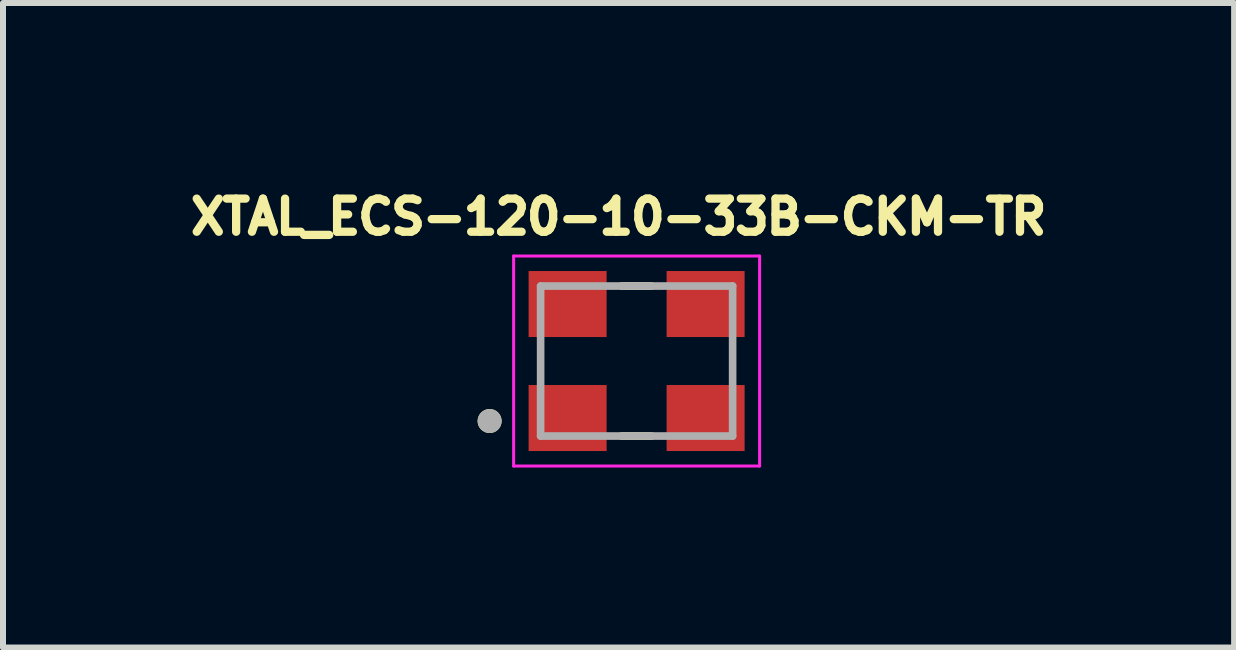
<source format=kicad_pcb>
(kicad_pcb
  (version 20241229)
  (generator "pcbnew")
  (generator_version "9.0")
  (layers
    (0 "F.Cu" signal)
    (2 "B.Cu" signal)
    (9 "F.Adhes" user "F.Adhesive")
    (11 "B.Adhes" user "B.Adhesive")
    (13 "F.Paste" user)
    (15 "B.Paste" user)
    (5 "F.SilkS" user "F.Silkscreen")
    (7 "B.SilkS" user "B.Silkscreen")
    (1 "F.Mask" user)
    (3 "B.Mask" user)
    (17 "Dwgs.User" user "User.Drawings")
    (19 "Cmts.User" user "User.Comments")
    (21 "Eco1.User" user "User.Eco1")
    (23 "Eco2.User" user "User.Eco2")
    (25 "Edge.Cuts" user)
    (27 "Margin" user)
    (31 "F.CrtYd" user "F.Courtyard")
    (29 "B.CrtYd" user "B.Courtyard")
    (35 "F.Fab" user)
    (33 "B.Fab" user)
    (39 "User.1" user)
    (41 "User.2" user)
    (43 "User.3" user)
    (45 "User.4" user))
  (footprint "XTAL_ECS-120-10-33B-CKM-TR"
    (layer "F.Cu")
    (at 7.56 2.967)
    (property "Reference" "XTAL_ECS-120-10-33B-CKM-TR" (at -0.3 -2.403 0) (layer "F.SilkS") (effects (font (size 0.552 0.552) (thickness 0.15))))
    (attr through_hole)
    (fp_line (start -0.25 -1.25) (end 0.25 -1.25) (stroke (width 0.127) (type solid)) (layer "F.SilkS"))
    (fp_line (start 0.25 1.25) (end -0.25 1.25) (stroke (width 0.127) (type solid)) (layer "F.SilkS"))
    (fp_circle (center -2.45 1) (end -2.35 1) (stroke (width 0.2) (type solid)) (fill no) (layer "F.SilkS"))
    (fp_line (start -2.05 -1.75) (end 2.05 -1.75) (stroke (width 0.05) (type solid)) (layer "F.CrtYd"))
    (fp_line (start -2.05 1.75) (end -2.05 -1.75) (stroke (width 0.05) (type solid)) (layer "F.CrtYd"))
    (fp_line (start 2.05 -1.75) (end 2.05 1.75) (stroke (width 0.05) (type solid)) (layer "F.CrtYd"))
    (fp_line (start 2.05 1.75) (end -2.05 1.75) (stroke (width 0.05) (type solid)) (layer "F.CrtYd"))
    (fp_line (start -1.6 -1.25) (end 1.6 -1.25) (stroke (width 0.127) (type solid)) (layer "F.Fab"))
    (fp_line (start -1.6 1.25) (end -1.6 -1.25) (stroke (width 0.127) (type solid)) (layer "F.Fab"))
    (fp_line (start 1.6 -1.25) (end 1.6 1.25) (stroke (width 0.127) (type solid)) (layer "F.Fab"))
    (fp_line (start 1.6 1.25) (end -1.6 1.25) (stroke (width 0.127) (type solid)) (layer "F.Fab"))
    (fp_circle (center -2.45 1) (end -2.35 1) (stroke (width 0.2) (type solid)) (fill no) (layer "F.Fab"))
    (pad "1" smd rect (at -1.15 0.95) (size 1.3 1.1) (layers "F.Cu" "F.Mask" "F.Paste"))
    (pad "2" smd rect (at 1.15 0.95) (size 1.3 1.1) (layers "F.Cu" "F.Mask" "F.Paste"))
    (pad "3" smd rect (at 1.15 -0.95) (size 1.3 1.1) (layers "F.Cu" "F.Mask" "F.Paste"))
    (pad "4" smd rect (at -1.15 -0.95) (size 1.3 1.1) (layers "F.Cu" "F.Mask" "F.Paste")))
  (gr_rect
    (start -3 -3)
    (end 17.518 7.742)
    (stroke (width 0.1) (type default))
    (fill no)
    (layer "Edge.Cuts")))
</source>
